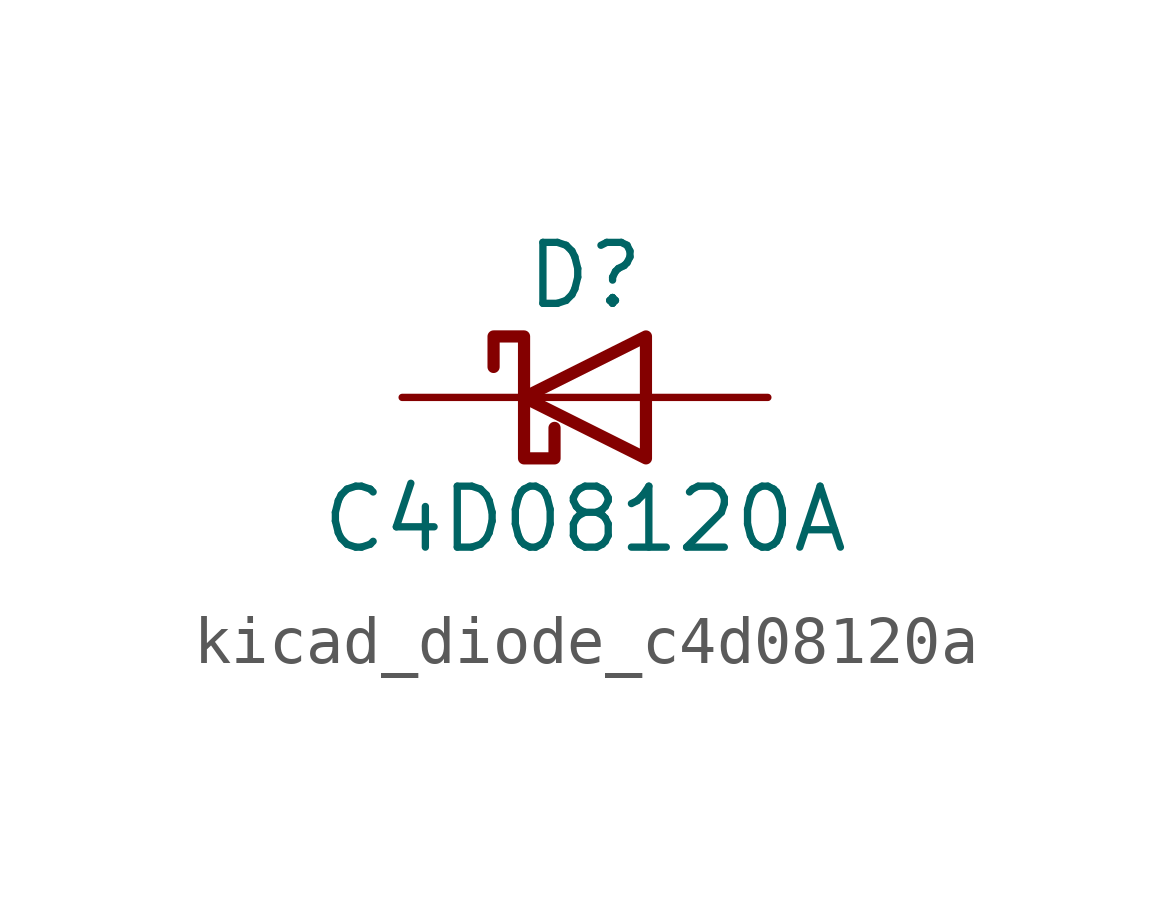
<source format=kicad_sym>
(kicad_symbol_lib
  (version 20220914)
  (generator kicad_symbol_editor)
  (symbol "kicad_diode_c4d08120a"
    (pin_numbers hide)
    (pin_names
      (offset 1.016) hide)
    (property "Reference" "D"
      (at 0 2.54 0)
      (effects (font (size 1.27 1.27))))
    (property "Value" "C4D08120A"
      (at 0 -2.54 0)
      (effects (font (size 1.27 1.27))))
    (symbol "kicad_diode_c4d08120a_0_1"
      (polyline (pts (xy 1.27 0) (xy -1.27 0)) (stroke (width 0) (type default)) (fill (type none)))
      (polyline (pts (xy 1.27 1.27) (xy 1.27 -1.27) (xy -1.27 0) (xy 1.27 1.27)) (stroke (width 0.254) (type default)) (fill (type none)))
      (polyline (pts (xy -1.905 0.635) (xy -1.905 1.27) (xy -1.27 1.27) (xy -1.27 -1.27) (xy -0.635 -1.27) (xy -0.635 -0.635)) (stroke (width 0.254) (type default)) (fill (type none))))
    (symbol "kicad_diode_c4d08120a_1_1"
      (pin passive line (at -3.81 0 0) (length 2.54) (name "K" (effects (font (size 1.27 1.27)))) (number "1" (effects (font (size 1.27 1.27)))))
      (pin passive line (at 3.81 0 180) (length 2.54) (name "A" (effects (font (size 1.27 1.27)))) (number "2" (effects (font (size 1.27 1.27))))))))
</source>
